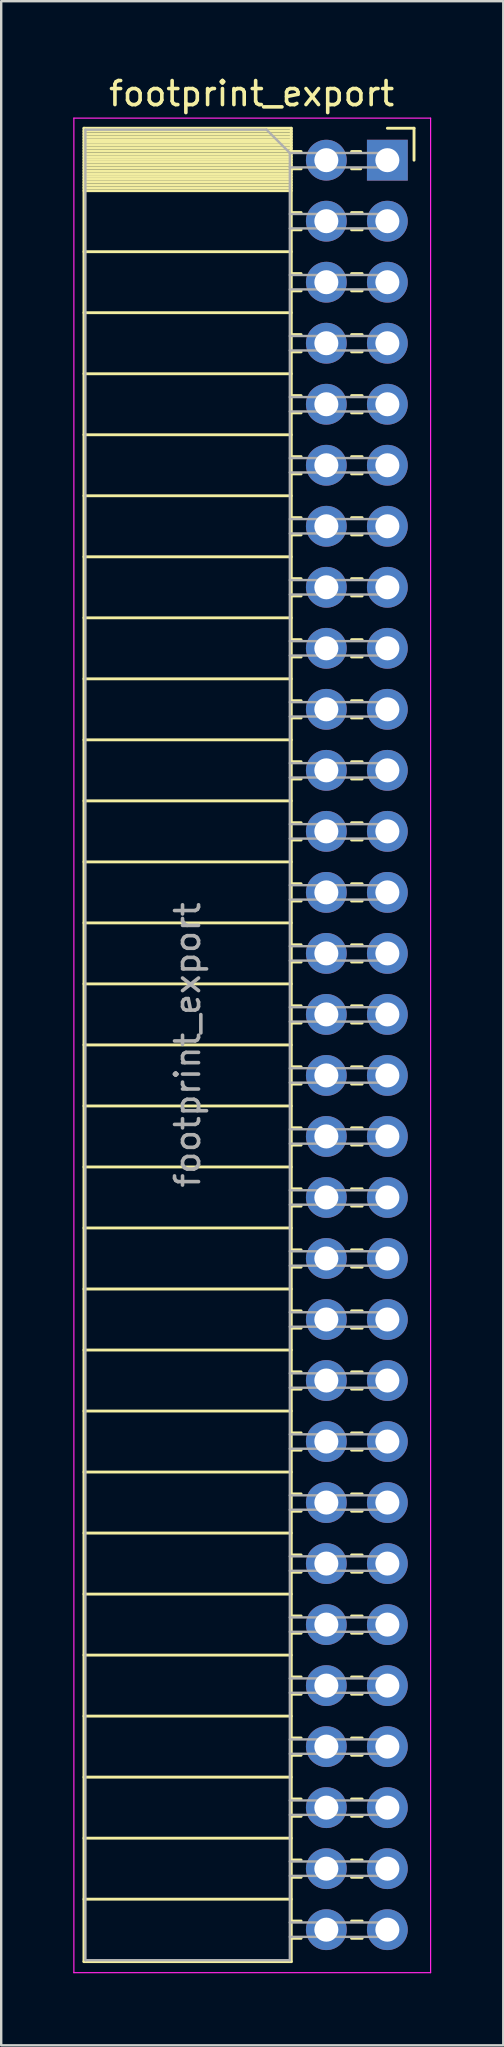
<source format=kicad_pcb>
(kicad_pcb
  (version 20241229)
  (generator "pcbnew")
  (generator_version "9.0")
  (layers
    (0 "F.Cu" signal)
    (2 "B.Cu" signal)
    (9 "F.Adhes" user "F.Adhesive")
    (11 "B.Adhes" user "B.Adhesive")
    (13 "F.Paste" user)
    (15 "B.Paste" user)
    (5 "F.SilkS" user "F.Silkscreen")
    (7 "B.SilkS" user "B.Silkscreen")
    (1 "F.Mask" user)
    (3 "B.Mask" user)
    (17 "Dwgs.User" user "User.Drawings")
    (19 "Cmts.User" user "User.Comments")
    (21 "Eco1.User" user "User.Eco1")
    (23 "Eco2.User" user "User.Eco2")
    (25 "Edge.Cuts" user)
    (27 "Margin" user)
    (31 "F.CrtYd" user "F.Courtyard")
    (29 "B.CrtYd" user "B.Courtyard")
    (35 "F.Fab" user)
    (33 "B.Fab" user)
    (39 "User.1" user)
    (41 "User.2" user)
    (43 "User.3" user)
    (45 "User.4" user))
  (footprint "footprint_export"
    (layer "F.Cu")
    (at 13.075 3.618)
    (property "Reference" "footprint_export" (at -5.65 -2.77 0) (layer "F.SilkS") (effects (font (size 1 1) (thickness 0.15))))
    (attr through_hole)
    (fp_line (start -12.63 -1.33) (end -12.63 74.99) (stroke (width 0.12) (type solid)) (layer "F.SilkS"))
    (fp_line (start -12.63 -1.33) (end -4 -1.33) (stroke (width 0.12) (type solid)) (layer "F.SilkS"))
    (fp_line (start -12.63 -1.21) (end -4 -1.21) (stroke (width 0.12) (type solid)) (layer "F.SilkS"))
    (fp_line (start -12.63 -1.092) (end -4 -1.092) (stroke (width 0.12) (type solid)) (layer "F.SilkS"))
    (fp_line (start -12.63 -0.974) (end -4 -0.974) (stroke (width 0.12) (type solid)) (layer "F.SilkS"))
    (fp_line (start -12.63 -0.856) (end -4 -0.856) (stroke (width 0.12) (type solid)) (layer "F.SilkS"))
    (fp_line (start -12.63 -0.738) (end -4 -0.738) (stroke (width 0.12) (type solid)) (layer "F.SilkS"))
    (fp_line (start -12.63 -0.62) (end -4 -0.62) (stroke (width 0.12) (type solid)) (layer "F.SilkS"))
    (fp_line (start -12.63 -0.501) (end -4 -0.501) (stroke (width 0.12) (type solid)) (layer "F.SilkS"))
    (fp_line (start -12.63 -0.383) (end -4 -0.383) (stroke (width 0.12) (type solid)) (layer "F.SilkS"))
    (fp_line (start -12.63 -0.265) (end -4 -0.265) (stroke (width 0.12) (type solid)) (layer "F.SilkS"))
    (fp_line (start -12.63 -0.147) (end -4 -0.147) (stroke (width 0.12) (type solid)) (layer "F.SilkS"))
    (fp_line (start -12.63 -0.029) (end -4 -0.029) (stroke (width 0.12) (type solid)) (layer "F.SilkS"))
    (fp_line (start -12.63 0.089) (end -4 0.089) (stroke (width 0.12) (type solid)) (layer "F.SilkS"))
    (fp_line (start -12.63 0.207) (end -4 0.207) (stroke (width 0.12) (type solid)) (layer "F.SilkS"))
    (fp_line (start -12.63 0.325) (end -4 0.325) (stroke (width 0.12) (type solid)) (layer "F.SilkS"))
    (fp_line (start -12.63 0.443) (end -4 0.443) (stroke (width 0.12) (type solid)) (layer "F.SilkS"))
    (fp_line (start -12.63 0.561) (end -4 0.561) (stroke (width 0.12) (type solid)) (layer "F.SilkS"))
    (fp_line (start -12.63 0.68) (end -4 0.68) (stroke (width 0.12) (type solid)) (layer "F.SilkS"))
    (fp_line (start -12.63 0.798) (end -4 0.798) (stroke (width 0.12) (type solid)) (layer "F.SilkS"))
    (fp_line (start -12.63 0.916) (end -4 0.916) (stroke (width 0.12) (type solid)) (layer "F.SilkS"))
    (fp_line (start -12.63 1.034) (end -4 1.034) (stroke (width 0.12) (type solid)) (layer "F.SilkS"))
    (fp_line (start -12.63 1.152) (end -4 1.152) (stroke (width 0.12) (type solid)) (layer "F.SilkS"))
    (fp_line (start -12.63 1.27) (end -4 1.27) (stroke (width 0.12) (type solid)) (layer "F.SilkS"))
    (fp_line (start -12.63 3.81) (end -4 3.81) (stroke (width 0.12) (type solid)) (layer "F.SilkS"))
    (fp_line (start -12.63 6.35) (end -4 6.35) (stroke (width 0.12) (type solid)) (layer "F.SilkS"))
    (fp_line (start -12.63 8.89) (end -4 8.89) (stroke (width 0.12) (type solid)) (layer "F.SilkS"))
    (fp_line (start -12.63 11.43) (end -4 11.43) (stroke (width 0.12) (type solid)) (layer "F.SilkS"))
    (fp_line (start -12.63 13.97) (end -4 13.97) (stroke (width 0.12) (type solid)) (layer "F.SilkS"))
    (fp_line (start -12.63 16.51) (end -4 16.51) (stroke (width 0.12) (type solid)) (layer "F.SilkS"))
    (fp_line (start -12.63 19.05) (end -4 19.05) (stroke (width 0.12) (type solid)) (layer "F.SilkS"))
    (fp_line (start -12.63 21.59) (end -4 21.59) (stroke (width 0.12) (type solid)) (layer "F.SilkS"))
    (fp_line (start -12.63 24.13) (end -4 24.13) (stroke (width 0.12) (type solid)) (layer "F.SilkS"))
    (fp_line (start -12.63 26.67) (end -4 26.67) (stroke (width 0.12) (type solid)) (layer "F.SilkS"))
    (fp_line (start -12.63 29.21) (end -4 29.21) (stroke (width 0.12) (type solid)) (layer "F.SilkS"))
    (fp_line (start -12.63 31.75) (end -4 31.75) (stroke (width 0.12) (type solid)) (layer "F.SilkS"))
    (fp_line (start -12.63 34.29) (end -4 34.29) (stroke (width 0.12) (type solid)) (layer "F.SilkS"))
    (fp_line (start -12.63 36.83) (end -4 36.83) (stroke (width 0.12) (type solid)) (layer "F.SilkS"))
    (fp_line (start -12.63 39.37) (end -4 39.37) (stroke (width 0.12) (type solid)) (layer "F.SilkS"))
    (fp_line (start -12.63 41.91) (end -4 41.91) (stroke (width 0.12) (type solid)) (layer "F.SilkS"))
    (fp_line (start -12.63 44.45) (end -4 44.45) (stroke (width 0.12) (type solid)) (layer "F.SilkS"))
    (fp_line (start -12.63 46.99) (end -4 46.99) (stroke (width 0.12) (type solid)) (layer "F.SilkS"))
    (fp_line (start -12.63 49.53) (end -4 49.53) (stroke (width 0.12) (type solid)) (layer "F.SilkS"))
    (fp_line (start -12.63 52.07) (end -4 52.07) (stroke (width 0.12) (type solid)) (layer "F.SilkS"))
    (fp_line (start -12.63 54.61) (end -4 54.61) (stroke (width 0.12) (type solid)) (layer "F.SilkS"))
    (fp_line (start -12.63 57.15) (end -4 57.15) (stroke (width 0.12) (type solid)) (layer "F.SilkS"))
    (fp_line (start -12.63 59.69) (end -4 59.69) (stroke (width 0.12) (type solid)) (layer "F.SilkS"))
    (fp_line (start -12.63 62.23) (end -4 62.23) (stroke (width 0.12) (type solid)) (layer "F.SilkS"))
    (fp_line (start -12.63 64.77) (end -4 64.77) (stroke (width 0.12) (type solid)) (layer "F.SilkS"))
    (fp_line (start -12.63 67.31) (end -4 67.31) (stroke (width 0.12) (type solid)) (layer "F.SilkS"))
    (fp_line (start -12.63 69.85) (end -4 69.85) (stroke (width 0.12) (type solid)) (layer "F.SilkS"))
    (fp_line (start -12.63 72.39) (end -4 72.39) (stroke (width 0.12) (type solid)) (layer "F.SilkS"))
    (fp_line (start -12.63 74.99) (end -4 74.99) (stroke (width 0.12) (type solid)) (layer "F.SilkS"))
    (fp_line (start -4 -1.33) (end -4 74.99) (stroke (width 0.12) (type solid)) (layer "F.SilkS"))
    (fp_line (start -4 -0.36) (end -3.59 -0.36) (stroke (width 0.12) (type solid)) (layer "F.SilkS"))
    (fp_line (start -4 0.36) (end -3.59 0.36) (stroke (width 0.12) (type solid)) (layer "F.SilkS"))
    (fp_line (start -4 2.18) (end -3.59 2.18) (stroke (width 0.12) (type solid)) (layer "F.SilkS"))
    (fp_line (start -4 2.9) (end -3.59 2.9) (stroke (width 0.12) (type solid)) (layer "F.SilkS"))
    (fp_line (start -4 4.72) (end -3.59 4.72) (stroke (width 0.12) (type solid)) (layer "F.SilkS"))
    (fp_line (start -4 5.44) (end -3.59 5.44) (stroke (width 0.12) (type solid)) (layer "F.SilkS"))
    (fp_line (start -4 7.26) (end -3.59 7.26) (stroke (width 0.12) (type solid)) (layer "F.SilkS"))
    (fp_line (start -4 7.98) (end -3.59 7.98) (stroke (width 0.12) (type solid)) (layer "F.SilkS"))
    (fp_line (start -4 9.8) (end -3.59 9.8) (stroke (width 0.12) (type solid)) (layer "F.SilkS"))
    (fp_line (start -4 10.52) (end -3.59 10.52) (stroke (width 0.12) (type solid)) (layer "F.SilkS"))
    (fp_line (start -4 12.34) (end -3.59 12.34) (stroke (width 0.12) (type solid)) (layer "F.SilkS"))
    (fp_line (start -4 13.06) (end -3.59 13.06) (stroke (width 0.12) (type solid)) (layer "F.SilkS"))
    (fp_line (start -4 14.88) (end -3.59 14.88) (stroke (width 0.12) (type solid)) (layer "F.SilkS"))
    (fp_line (start -4 15.6) (end -3.59 15.6) (stroke (width 0.12) (type solid)) (layer "F.SilkS"))
    (fp_line (start -4 17.42) (end -3.59 17.42) (stroke (width 0.12) (type solid)) (layer "F.SilkS"))
    (fp_line (start -4 18.14) (end -3.59 18.14) (stroke (width 0.12) (type solid)) (layer "F.SilkS"))
    (fp_line (start -4 19.96) (end -3.59 19.96) (stroke (width 0.12) (type solid)) (layer "F.SilkS"))
    (fp_line (start -4 20.68) (end -3.59 20.68) (stroke (width 0.12) (type solid)) (layer "F.SilkS"))
    (fp_line (start -4 22.5) (end -3.59 22.5) (stroke (width 0.12) (type solid)) (layer "F.SilkS"))
    (fp_line (start -4 23.22) (end -3.59 23.22) (stroke (width 0.12) (type solid)) (layer "F.SilkS"))
    (fp_line (start -4 25.04) (end -3.59 25.04) (stroke (width 0.12) (type solid)) (layer "F.SilkS"))
    (fp_line (start -4 25.76) (end -3.59 25.76) (stroke (width 0.12) (type solid)) (layer "F.SilkS"))
    (fp_line (start -4 27.58) (end -3.59 27.58) (stroke (width 0.12) (type solid)) (layer "F.SilkS"))
    (fp_line (start -4 28.3) (end -3.59 28.3) (stroke (width 0.12) (type solid)) (layer "F.SilkS"))
    (fp_line (start -4 30.12) (end -3.59 30.12) (stroke (width 0.12) (type solid)) (layer "F.SilkS"))
    (fp_line (start -4 30.84) (end -3.59 30.84) (stroke (width 0.12) (type solid)) (layer "F.SilkS"))
    (fp_line (start -4 32.66) (end -3.59 32.66) (stroke (width 0.12) (type solid)) (layer "F.SilkS"))
    (fp_line (start -4 33.38) (end -3.59 33.38) (stroke (width 0.12) (type solid)) (layer "F.SilkS"))
    (fp_line (start -4 35.2) (end -3.59 35.2) (stroke (width 0.12) (type solid)) (layer "F.SilkS"))
    (fp_line (start -4 35.92) (end -3.59 35.92) (stroke (width 0.12) (type solid)) (layer "F.SilkS"))
    (fp_line (start -4 37.74) (end -3.59 37.74) (stroke (width 0.12) (type solid)) (layer "F.SilkS"))
    (fp_line (start -4 38.46) (end -3.59 38.46) (stroke (width 0.12) (type solid)) (layer "F.SilkS"))
    (fp_line (start -4 40.28) (end -3.59 40.28) (stroke (width 0.12) (type solid)) (layer "F.SilkS"))
    (fp_line (start -4 41) (end -3.59 41) (stroke (width 0.12) (type solid)) (layer "F.SilkS"))
    (fp_line (start -4 42.82) (end -3.59 42.82) (stroke (width 0.12) (type solid)) (layer "F.SilkS"))
    (fp_line (start -4 43.54) (end -3.59 43.54) (stroke (width 0.12) (type solid)) (layer "F.SilkS"))
    (fp_line (start -4 45.36) (end -3.59 45.36) (stroke (width 0.12) (type solid)) (layer "F.SilkS"))
    (fp_line (start -4 46.08) (end -3.59 46.08) (stroke (width 0.12) (type solid)) (layer "F.SilkS"))
    (fp_line (start -4 47.9) (end -3.59 47.9) (stroke (width 0.12) (type solid)) (layer "F.SilkS"))
    (fp_line (start -4 48.62) (end -3.59 48.62) (stroke (width 0.12) (type solid)) (layer "F.SilkS"))
    (fp_line (start -4 50.44) (end -3.59 50.44) (stroke (width 0.12) (type solid)) (layer "F.SilkS"))
    (fp_line (start -4 51.16) (end -3.59 51.16) (stroke (width 0.12) (type solid)) (layer "F.SilkS"))
    (fp_line (start -4 52.98) (end -3.59 52.98) (stroke (width 0.12) (type solid)) (layer "F.SilkS"))
    (fp_line (start -4 53.7) (end -3.59 53.7) (stroke (width 0.12) (type solid)) (layer "F.SilkS"))
    (fp_line (start -4 55.52) (end -3.59 55.52) (stroke (width 0.12) (type solid)) (layer "F.SilkS"))
    (fp_line (start -4 56.24) (end -3.59 56.24) (stroke (width 0.12) (type solid)) (layer "F.SilkS"))
    (fp_line (start -4 58.06) (end -3.59 58.06) (stroke (width 0.12) (type solid)) (layer "F.SilkS"))
    (fp_line (start -4 58.78) (end -3.59 58.78) (stroke (width 0.12) (type solid)) (layer "F.SilkS"))
    (fp_line (start -4 60.6) (end -3.59 60.6) (stroke (width 0.12) (type solid)) (layer "F.SilkS"))
    (fp_line (start -4 61.32) (end -3.59 61.32) (stroke (width 0.12) (type solid)) (layer "F.SilkS"))
    (fp_line (start -4 63.14) (end -3.59 63.14) (stroke (width 0.12) (type solid)) (layer "F.SilkS"))
    (fp_line (start -4 63.86) (end -3.59 63.86) (stroke (width 0.12) (type solid)) (layer "F.SilkS"))
    (fp_line (start -4 65.68) (end -3.59 65.68) (stroke (width 0.12) (type solid)) (layer "F.SilkS"))
    (fp_line (start -4 66.4) (end -3.59 66.4) (stroke (width 0.12) (type solid)) (layer "F.SilkS"))
    (fp_line (start -4 68.22) (end -3.59 68.22) (stroke (width 0.12) (type solid)) (layer "F.SilkS"))
    (fp_line (start -4 68.94) (end -3.59 68.94) (stroke (width 0.12) (type solid)) (layer "F.SilkS"))
    (fp_line (start -4 70.76) (end -3.59 70.76) (stroke (width 0.12) (type solid)) (layer "F.SilkS"))
    (fp_line (start -4 71.48) (end -3.59 71.48) (stroke (width 0.12) (type solid)) (layer "F.SilkS"))
    (fp_line (start -4 73.3) (end -3.59 73.3) (stroke (width 0.12) (type solid)) (layer "F.SilkS"))
    (fp_line (start -4 74.02) (end -3.59 74.02) (stroke (width 0.12) (type solid)) (layer "F.SilkS"))
    (fp_line (start -1.49 -0.36) (end -1.11 -0.36) (stroke (width 0.12) (type solid)) (layer "F.SilkS"))
    (fp_line (start -1.49 0.36) (end -1.11 0.36) (stroke (width 0.12) (type solid)) (layer "F.SilkS"))
    (fp_line (start -1.49 2.18) (end -1.05 2.18) (stroke (width 0.12) (type solid)) (layer "F.SilkS"))
    (fp_line (start -1.49 2.9) (end -1.05 2.9) (stroke (width 0.12) (type solid)) (layer "F.SilkS"))
    (fp_line (start -1.49 4.72) (end -1.05 4.72) (stroke (width 0.12) (type solid)) (layer "F.SilkS"))
    (fp_line (start -1.49 5.44) (end -1.05 5.44) (stroke (width 0.12) (type solid)) (layer "F.SilkS"))
    (fp_line (start -1.49 7.26) (end -1.05 7.26) (stroke (width 0.12) (type solid)) (layer "F.SilkS"))
    (fp_line (start -1.49 7.98) (end -1.05 7.98) (stroke (width 0.12) (type solid)) (layer "F.SilkS"))
    (fp_line (start -1.49 9.8) (end -1.05 9.8) (stroke (width 0.12) (type solid)) (layer "F.SilkS"))
    (fp_line (start -1.49 10.52) (end -1.05 10.52) (stroke (width 0.12) (type solid)) (layer "F.SilkS"))
    (fp_line (start -1.49 12.34) (end -1.05 12.34) (stroke (width 0.12) (type solid)) (layer "F.SilkS"))
    (fp_line (start -1.49 13.06) (end -1.05 13.06) (stroke (width 0.12) (type solid)) (layer "F.SilkS"))
    (fp_line (start -1.49 14.88) (end -1.05 14.88) (stroke (width 0.12) (type solid)) (layer "F.SilkS"))
    (fp_line (start -1.49 15.6) (end -1.05 15.6) (stroke (width 0.12) (type solid)) (layer "F.SilkS"))
    (fp_line (start -1.49 17.42) (end -1.05 17.42) (stroke (width 0.12) (type solid)) (layer "F.SilkS"))
    (fp_line (start -1.49 18.14) (end -1.05 18.14) (stroke (width 0.12) (type solid)) (layer "F.SilkS"))
    (fp_line (start -1.49 19.96) (end -1.05 19.96) (stroke (width 0.12) (type solid)) (layer "F.SilkS"))
    (fp_line (start -1.49 20.68) (end -1.05 20.68) (stroke (width 0.12) (type solid)) (layer "F.SilkS"))
    (fp_line (start -1.49 22.5) (end -1.05 22.5) (stroke (width 0.12) (type solid)) (layer "F.SilkS"))
    (fp_line (start -1.49 23.22) (end -1.05 23.22) (stroke (width 0.12) (type solid)) (layer "F.SilkS"))
    (fp_line (start -1.49 25.04) (end -1.05 25.04) (stroke (width 0.12) (type solid)) (layer "F.SilkS"))
    (fp_line (start -1.49 25.76) (end -1.05 25.76) (stroke (width 0.12) (type solid)) (layer "F.SilkS"))
    (fp_line (start -1.49 27.58) (end -1.05 27.58) (stroke (width 0.12) (type solid)) (layer "F.SilkS"))
    (fp_line (start -1.49 28.3) (end -1.05 28.3) (stroke (width 0.12) (type solid)) (layer "F.SilkS"))
    (fp_line (start -1.49 30.12) (end -1.05 30.12) (stroke (width 0.12) (type solid)) (layer "F.SilkS"))
    (fp_line (start -1.49 30.84) (end -1.05 30.84) (stroke (width 0.12) (type solid)) (layer "F.SilkS"))
    (fp_line (start -1.49 32.66) (end -1.05 32.66) (stroke (width 0.12) (type solid)) (layer "F.SilkS"))
    (fp_line (start -1.49 33.38) (end -1.05 33.38) (stroke (width 0.12) (type solid)) (layer "F.SilkS"))
    (fp_line (start -1.49 35.2) (end -1.05 35.2) (stroke (width 0.12) (type solid)) (layer "F.SilkS"))
    (fp_line (start -1.49 35.92) (end -1.05 35.92) (stroke (width 0.12) (type solid)) (layer "F.SilkS"))
    (fp_line (start -1.49 37.74) (end -1.05 37.74) (stroke (width 0.12) (type solid)) (layer "F.SilkS"))
    (fp_line (start -1.49 38.46) (end -1.05 38.46) (stroke (width 0.12) (type solid)) (layer "F.SilkS"))
    (fp_line (start -1.49 40.28) (end -1.05 40.28) (stroke (width 0.12) (type solid)) (layer "F.SilkS"))
    (fp_line (start -1.49 41) (end -1.05 41) (stroke (width 0.12) (type solid)) (layer "F.SilkS"))
    (fp_line (start -1.49 42.82) (end -1.05 42.82) (stroke (width 0.12) (type solid)) (layer "F.SilkS"))
    (fp_line (start -1.49 43.54) (end -1.05 43.54) (stroke (width 0.12) (type solid)) (layer "F.SilkS"))
    (fp_line (start -1.49 45.36) (end -1.05 45.36) (stroke (width 0.12) (type solid)) (layer "F.SilkS"))
    (fp_line (start -1.49 46.08) (end -1.05 46.08) (stroke (width 0.12) (type solid)) (layer "F.SilkS"))
    (fp_line (start -1.49 47.9) (end -1.05 47.9) (stroke (width 0.12) (type solid)) (layer "F.SilkS"))
    (fp_line (start -1.49 48.62) (end -1.05 48.62) (stroke (width 0.12) (type solid)) (layer "F.SilkS"))
    (fp_line (start -1.49 50.44) (end -1.05 50.44) (stroke (width 0.12) (type solid)) (layer "F.SilkS"))
    (fp_line (start -1.49 51.16) (end -1.05 51.16) (stroke (width 0.12) (type solid)) (layer "F.SilkS"))
    (fp_line (start -1.49 52.98) (end -1.05 52.98) (stroke (width 0.12) (type solid)) (layer "F.SilkS"))
    (fp_line (start -1.49 53.7) (end -1.05 53.7) (stroke (width 0.12) (type solid)) (layer "F.SilkS"))
    (fp_line (start -1.49 55.52) (end -1.05 55.52) (stroke (width 0.12) (type solid)) (layer "F.SilkS"))
    (fp_line (start -1.49 56.24) (end -1.05 56.24) (stroke (width 0.12) (type solid)) (layer "F.SilkS"))
    (fp_line (start -1.49 58.06) (end -1.05 58.06) (stroke (width 0.12) (type solid)) (layer "F.SilkS"))
    (fp_line (start -1.49 58.78) (end -1.05 58.78) (stroke (width 0.12) (type solid)) (layer "F.SilkS"))
    (fp_line (start -1.49 60.6) (end -1.05 60.6) (stroke (width 0.12) (type solid)) (layer "F.SilkS"))
    (fp_line (start -1.49 61.32) (end -1.05 61.32) (stroke (width 0.12) (type solid)) (layer "F.SilkS"))
    (fp_line (start -1.49 63.14) (end -1.05 63.14) (stroke (width 0.12) (type solid)) (layer "F.SilkS"))
    (fp_line (start -1.49 63.86) (end -1.05 63.86) (stroke (width 0.12) (type solid)) (layer "F.SilkS"))
    (fp_line (start -1.49 65.68) (end -1.05 65.68) (stroke (width 0.12) (type solid)) (layer "F.SilkS"))
    (fp_line (start -1.49 66.4) (end -1.05 66.4) (stroke (width 0.12) (type solid)) (layer "F.SilkS"))
    (fp_line (start -1.49 68.22) (end -1.05 68.22) (stroke (width 0.12) (type solid)) (layer "F.SilkS"))
    (fp_line (start -1.49 68.94) (end -1.05 68.94) (stroke (width 0.12) (type solid)) (layer "F.SilkS"))
    (fp_line (start -1.49 70.76) (end -1.05 70.76) (stroke (width 0.12) (type solid)) (layer "F.SilkS"))
    (fp_line (start -1.49 71.48) (end -1.05 71.48) (stroke (width 0.12) (type solid)) (layer "F.SilkS"))
    (fp_line (start -1.49 73.3) (end -1.05 73.3) (stroke (width 0.12) (type solid)) (layer "F.SilkS"))
    (fp_line (start -1.49 74.02) (end -1.05 74.02) (stroke (width 0.12) (type solid)) (layer "F.SilkS"))
    (fp_line (start 0 -1.33) (end 1.11 -1.33) (stroke (width 0.12) (type solid)) (layer "F.SilkS"))
    (fp_line (start 1.11 -1.33) (end 1.11 0) (stroke (width 0.12) (type solid)) (layer "F.SilkS"))
    (fp_line (start -13.05 -1.75) (end -13.05 75.45) (stroke (width 0.05) (type solid)) (layer "F.CrtYd"))
    (fp_line (start -13.05 75.45) (end 1.8 75.45) (stroke (width 0.05) (type solid)) (layer "F.CrtYd"))
    (fp_line (start 1.8 -1.75) (end -13.05 -1.75) (stroke (width 0.05) (type solid)) (layer "F.CrtYd"))
    (fp_line (start 1.8 75.45) (end 1.8 -1.75) (stroke (width 0.05) (type solid)) (layer "F.CrtYd"))
    (fp_line (start -12.57 -1.27) (end -5.03 -1.27) (stroke (width 0.1) (type solid)) (layer "F.Fab"))
    (fp_line (start -12.57 74.93) (end -12.57 -1.27) (stroke (width 0.1) (type solid)) (layer "F.Fab"))
    (fp_line (start -5.03 -1.27) (end -4.06 -0.3) (stroke (width 0.1) (type solid)) (layer "F.Fab"))
    (fp_line (start -4.06 -0.3) (end -4.06 74.93) (stroke (width 0.1) (type solid)) (layer "F.Fab"))
    (fp_line (start -4.06 0.3) (end 0 0.3) (stroke (width 0.1) (type solid)) (layer "F.Fab"))
    (fp_line (start -4.06 2.84) (end 0 2.84) (stroke (width 0.1) (type solid)) (layer "F.Fab"))
    (fp_line (start -4.06 5.38) (end 0 5.38) (stroke (width 0.1) (type solid)) (layer "F.Fab"))
    (fp_line (start -4.06 7.92) (end 0 7.92) (stroke (width 0.1) (type solid)) (layer "F.Fab"))
    (fp_line (start -4.06 10.46) (end 0 10.46) (stroke (width 0.1) (type solid)) (layer "F.Fab"))
    (fp_line (start -4.06 13) (end 0 13) (stroke (width 0.1) (type solid)) (layer "F.Fab"))
    (fp_line (start -4.06 15.54) (end 0 15.54) (stroke (width 0.1) (type solid)) (layer "F.Fab"))
    (fp_line (start -4.06 18.08) (end 0 18.08) (stroke (width 0.1) (type solid)) (layer "F.Fab"))
    (fp_line (start -4.06 20.62) (end 0 20.62) (stroke (width 0.1) (type solid)) (layer "F.Fab"))
    (fp_line (start -4.06 23.16) (end 0 23.16) (stroke (width 0.1) (type solid)) (layer "F.Fab"))
    (fp_line (start -4.06 25.7) (end 0 25.7) (stroke (width 0.1) (type solid)) (layer "F.Fab"))
    (fp_line (start -4.06 28.24) (end 0 28.24) (stroke (width 0.1) (type solid)) (layer "F.Fab"))
    (fp_line (start -4.06 30.78) (end 0 30.78) (stroke (width 0.1) (type solid)) (layer "F.Fab"))
    (fp_line (start -4.06 33.32) (end 0 33.32) (stroke (width 0.1) (type solid)) (layer "F.Fab"))
    (fp_line (start -4.06 35.86) (end 0 35.86) (stroke (width 0.1) (type solid)) (layer "F.Fab"))
    (fp_line (start -4.06 38.4) (end 0 38.4) (stroke (width 0.1) (type solid)) (layer "F.Fab"))
    (fp_line (start -4.06 40.94) (end 0 40.94) (stroke (width 0.1) (type solid)) (layer "F.Fab"))
    (fp_line (start -4.06 43.48) (end 0 43.48) (stroke (width 0.1) (type solid)) (layer "F.Fab"))
    (fp_line (start -4.06 46.02) (end 0 46.02) (stroke (width 0.1) (type solid)) (layer "F.Fab"))
    (fp_line (start -4.06 48.56) (end 0 48.56) (stroke (width 0.1) (type solid)) (layer "F.Fab"))
    (fp_line (start -4.06 51.1) (end 0 51.1) (stroke (width 0.1) (type solid)) (layer "F.Fab"))
    (fp_line (start -4.06 53.64) (end 0 53.64) (stroke (width 0.1) (type solid)) (layer "F.Fab"))
    (fp_line (start -4.06 56.18) (end 0 56.18) (stroke (width 0.1) (type solid)) (layer "F.Fab"))
    (fp_line (start -4.06 58.72) (end 0 58.72) (stroke (width 0.1) (type solid)) (layer "F.Fab"))
    (fp_line (start -4.06 61.26) (end 0 61.26) (stroke (width 0.1) (type solid)) (layer "F.Fab"))
    (fp_line (start -4.06 63.8) (end 0 63.8) (stroke (width 0.1) (type solid)) (layer "F.Fab"))
    (fp_line (start -4.06 66.34) (end 0 66.34) (stroke (width 0.1) (type solid)) (layer "F.Fab"))
    (fp_line (start -4.06 68.88) (end 0 68.88) (stroke (width 0.1) (type solid)) (layer "F.Fab"))
    (fp_line (start -4.06 71.42) (end 0 71.42) (stroke (width 0.1) (type solid)) (layer "F.Fab"))
    (fp_line (start -4.06 73.96) (end 0 73.96) (stroke (width 0.1) (type solid)) (layer "F.Fab"))
    (fp_line (start -4.06 74.93) (end -12.57 74.93) (stroke (width 0.1) (type solid)) (layer "F.Fab"))
    (fp_line (start 0 -0.3) (end -4.06 -0.3) (stroke (width 0.1) (type solid)) (layer "F.Fab"))
    (fp_line (start 0 0.3) (end 0 -0.3) (stroke (width 0.1) (type solid)) (layer "F.Fab"))
    (fp_line (start 0 2.24) (end -4.06 2.24) (stroke (width 0.1) (type solid)) (layer "F.Fab"))
    (fp_line (start 0 2.84) (end 0 2.24) (stroke (width 0.1) (type solid)) (layer "F.Fab"))
    (fp_line (start 0 4.78) (end -4.06 4.78) (stroke (width 0.1) (type solid)) (layer "F.Fab"))
    (fp_line (start 0 5.38) (end 0 4.78) (stroke (width 0.1) (type solid)) (layer "F.Fab"))
    (fp_line (start 0 7.32) (end -4.06 7.32) (stroke (width 0.1) (type solid)) (layer "F.Fab"))
    (fp_line (start 0 7.92) (end 0 7.32) (stroke (width 0.1) (type solid)) (layer "F.Fab"))
    (fp_line (start 0 9.86) (end -4.06 9.86) (stroke (width 0.1) (type solid)) (layer "F.Fab"))
    (fp_line (start 0 10.46) (end 0 9.86) (stroke (width 0.1) (type solid)) (layer "F.Fab"))
    (fp_line (start 0 12.4) (end -4.06 12.4) (stroke (width 0.1) (type solid)) (layer "F.Fab"))
    (fp_line (start 0 13) (end 0 12.4) (stroke (width 0.1) (type solid)) (layer "F.Fab"))
    (fp_line (start 0 14.94) (end -4.06 14.94) (stroke (width 0.1) (type solid)) (layer "F.Fab"))
    (fp_line (start 0 15.54) (end 0 14.94) (stroke (width 0.1) (type solid)) (layer "F.Fab"))
    (fp_line (start 0 17.48) (end -4.06 17.48) (stroke (width 0.1) (type solid)) (layer "F.Fab"))
    (fp_line (start 0 18.08) (end 0 17.48) (stroke (width 0.1) (type solid)) (layer "F.Fab"))
    (fp_line (start 0 20.02) (end -4.06 20.02) (stroke (width 0.1) (type solid)) (layer "F.Fab"))
    (fp_line (start 0 20.62) (end 0 20.02) (stroke (width 0.1) (type solid)) (layer "F.Fab"))
    (fp_line (start 0 22.56) (end -4.06 22.56) (stroke (width 0.1) (type solid)) (layer "F.Fab"))
    (fp_line (start 0 23.16) (end 0 22.56) (stroke (width 0.1) (type solid)) (layer "F.Fab"))
    (fp_line (start 0 25.1) (end -4.06 25.1) (stroke (width 0.1) (type solid)) (layer "F.Fab"))
    (fp_line (start 0 25.7) (end 0 25.1) (stroke (width 0.1) (type solid)) (layer "F.Fab"))
    (fp_line (start 0 27.64) (end -4.06 27.64) (stroke (width 0.1) (type solid)) (layer "F.Fab"))
    (fp_line (start 0 28.24) (end 0 27.64) (stroke (width 0.1) (type solid)) (layer "F.Fab"))
    (fp_line (start 0 30.18) (end -4.06 30.18) (stroke (width 0.1) (type solid)) (layer "F.Fab"))
    (fp_line (start 0 30.78) (end 0 30.18) (stroke (width 0.1) (type solid)) (layer "F.Fab"))
    (fp_line (start 0 32.72) (end -4.06 32.72) (stroke (width 0.1) (type solid)) (layer "F.Fab"))
    (fp_line (start 0 33.32) (end 0 32.72) (stroke (width 0.1) (type solid)) (layer "F.Fab"))
    (fp_line (start 0 35.26) (end -4.06 35.26) (stroke (width 0.1) (type solid)) (layer "F.Fab"))
    (fp_line (start 0 35.86) (end 0 35.26) (stroke (width 0.1) (type solid)) (layer "F.Fab"))
    (fp_line (start 0 37.8) (end -4.06 37.8) (stroke (width 0.1) (type solid)) (layer "F.Fab"))
    (fp_line (start 0 38.4) (end 0 37.8) (stroke (width 0.1) (type solid)) (layer "F.Fab"))
    (fp_line (start 0 40.34) (end -4.06 40.34) (stroke (width 0.1) (type solid)) (layer "F.Fab"))
    (fp_line (start 0 40.94) (end 0 40.34) (stroke (width 0.1) (type solid)) (layer "F.Fab"))
    (fp_line (start 0 42.88) (end -4.06 42.88) (stroke (width 0.1) (type solid)) (layer "F.Fab"))
    (fp_line (start 0 43.48) (end 0 42.88) (stroke (width 0.1) (type solid)) (layer "F.Fab"))
    (fp_line (start 0 45.42) (end -4.06 45.42) (stroke (width 0.1) (type solid)) (layer "F.Fab"))
    (fp_line (start 0 46.02) (end 0 45.42) (stroke (width 0.1) (type solid)) (layer "F.Fab"))
    (fp_line (start 0 47.96) (end -4.06 47.96) (stroke (width 0.1) (type solid)) (layer "F.Fab"))
    (fp_line (start 0 48.56) (end 0 47.96) (stroke (width 0.1) (type solid)) (layer "F.Fab"))
    (fp_line (start 0 50.5) (end -4.06 50.5) (stroke (width 0.1) (type solid)) (layer "F.Fab"))
    (fp_line (start 0 51.1) (end 0 50.5) (stroke (width 0.1) (type solid)) (layer "F.Fab"))
    (fp_line (start 0 53.04) (end -4.06 53.04) (stroke (width 0.1) (type solid)) (layer "F.Fab"))
    (fp_line (start 0 53.64) (end 0 53.04) (stroke (width 0.1) (type solid)) (layer "F.Fab"))
    (fp_line (start 0 55.58) (end -4.06 55.58) (stroke (width 0.1) (type solid)) (layer "F.Fab"))
    (fp_line (start 0 56.18) (end 0 55.58) (stroke (width 0.1) (type solid)) (layer "F.Fab"))
    (fp_line (start 0 58.12) (end -4.06 58.12) (stroke (width 0.1) (type solid)) (layer "F.Fab"))
    (fp_line (start 0 58.72) (end 0 58.12) (stroke (width 0.1) (type solid)) (layer "F.Fab"))
    (fp_line (start 0 60.66) (end -4.06 60.66) (stroke (width 0.1) (type solid)) (layer "F.Fab"))
    (fp_line (start 0 61.26) (end 0 60.66) (stroke (width 0.1) (type solid)) (layer "F.Fab"))
    (fp_line (start 0 63.2) (end -4.06 63.2) (stroke (width 0.1) (type solid)) (layer "F.Fab"))
    (fp_line (start 0 63.8) (end 0 63.2) (stroke (width 0.1) (type solid)) (layer "F.Fab"))
    (fp_line (start 0 65.74) (end -4.06 65.74) (stroke (width 0.1) (type solid)) (layer "F.Fab"))
    (fp_line (start 0 66.34) (end 0 65.74) (stroke (width 0.1) (type solid)) (layer "F.Fab"))
    (fp_line (start 0 68.28) (end -4.06 68.28) (stroke (width 0.1) (type solid)) (layer "F.Fab"))
    (fp_line (start 0 68.88) (end 0 68.28) (stroke (width 0.1) (type solid)) (layer "F.Fab"))
    (fp_line (start 0 70.82) (end -4.06 70.82) (stroke (width 0.1) (type solid)) (layer "F.Fab"))
    (fp_line (start 0 71.42) (end 0 70.82) (stroke (width 0.1) (type solid)) (layer "F.Fab"))
    (fp_line (start 0 73.36) (end -4.06 73.36) (stroke (width 0.1) (type solid)) (layer "F.Fab"))
    (fp_line (start 0 73.96) (end 0 73.36) (stroke (width 0.1) (type solid)) (layer "F.Fab"))
    (fp_text user "${REFERENCE}" (at -8.315 36.83 90) (layer "F.Fab") (effects (font (size 1 1) (thickness 0.15))))
    (pad "1" thru_hole rect (at 0 0) (size 1.7 1.7) (drill 1) (layers "*.Cu" "*.Mask"))
    (pad "2" thru_hole oval (at -2.54 0) (size 1.7 1.7) (drill 1) (layers "*.Cu" "*.Mask"))
    (pad "3" thru_hole oval (at 0 2.54) (size 1.7 1.7) (drill 1) (layers "*.Cu" "*.Mask"))
    (pad "4" thru_hole oval (at -2.54 2.54) (size 1.7 1.7) (drill 1) (layers "*.Cu" "*.Mask"))
    (pad "5" thru_hole oval (at 0 5.08) (size 1.7 1.7) (drill 1) (layers "*.Cu" "*.Mask"))
    (pad "6" thru_hole oval (at -2.54 5.08) (size 1.7 1.7) (drill 1) (layers "*.Cu" "*.Mask"))
    (pad "7" thru_hole oval (at 0 7.62) (size 1.7 1.7) (drill 1) (layers "*.Cu" "*.Mask"))
    (pad "8" thru_hole oval (at -2.54 7.62) (size 1.7 1.7) (drill 1) (layers "*.Cu" "*.Mask"))
    (pad "9" thru_hole oval (at 0 10.16) (size 1.7 1.7) (drill 1) (layers "*.Cu" "*.Mask"))
    (pad "10" thru_hole oval (at -2.54 10.16) (size 1.7 1.7) (drill 1) (layers "*.Cu" "*.Mask"))
    (pad "11" thru_hole oval (at 0 12.7) (size 1.7 1.7) (drill 1) (layers "*.Cu" "*.Mask"))
    (pad "12" thru_hole oval (at -2.54 12.7) (size 1.7 1.7) (drill 1) (layers "*.Cu" "*.Mask"))
    (pad "13" thru_hole oval (at 0 15.24) (size 1.7 1.7) (drill 1) (layers "*.Cu" "*.Mask"))
    (pad "14" thru_hole oval (at -2.54 15.24) (size 1.7 1.7) (drill 1) (layers "*.Cu" "*.Mask"))
    (pad "15" thru_hole oval (at 0 17.78) (size 1.7 1.7) (drill 1) (layers "*.Cu" "*.Mask"))
    (pad "16" thru_hole oval (at -2.54 17.78) (size 1.7 1.7) (drill 1) (layers "*.Cu" "*.Mask"))
    (pad "17" thru_hole oval (at 0 20.32) (size 1.7 1.7) (drill 1) (layers "*.Cu" "*.Mask"))
    (pad "18" thru_hole oval (at -2.54 20.32) (size 1.7 1.7) (drill 1) (layers "*.Cu" "*.Mask"))
    (pad "19" thru_hole oval (at 0 22.86) (size 1.7 1.7) (drill 1) (layers "*.Cu" "*.Mask"))
    (pad "20" thru_hole oval (at -2.54 22.86) (size 1.7 1.7) (drill 1) (layers "*.Cu" "*.Mask"))
    (pad "21" thru_hole oval (at 0 25.4) (size 1.7 1.7) (drill 1) (layers "*.Cu" "*.Mask"))
    (pad "22" thru_hole oval (at -2.54 25.4) (size 1.7 1.7) (drill 1) (layers "*.Cu" "*.Mask"))
    (pad "23" thru_hole oval (at 0 27.94) (size 1.7 1.7) (drill 1) (layers "*.Cu" "*.Mask"))
    (pad "24" thru_hole oval (at -2.54 27.94) (size 1.7 1.7) (drill 1) (layers "*.Cu" "*.Mask"))
    (pad "25" thru_hole oval (at 0 30.48) (size 1.7 1.7) (drill 1) (layers "*.Cu" "*.Mask"))
    (pad "26" thru_hole oval (at -2.54 30.48) (size 1.7 1.7) (drill 1) (layers "*.Cu" "*.Mask"))
    (pad "27" thru_hole oval (at 0 33.02) (size 1.7 1.7) (drill 1) (layers "*.Cu" "*.Mask"))
    (pad "28" thru_hole oval (at -2.54 33.02) (size 1.7 1.7) (drill 1) (layers "*.Cu" "*.Mask"))
    (pad "29" thru_hole oval (at 0 35.56) (size 1.7 1.7) (drill 1) (layers "*.Cu" "*.Mask"))
    (pad "30" thru_hole oval (at -2.54 35.56) (size 1.7 1.7) (drill 1) (layers "*.Cu" "*.Mask"))
    (pad "31" thru_hole oval (at 0 38.1) (size 1.7 1.7) (drill 1) (layers "*.Cu" "*.Mask"))
    (pad "32" thru_hole oval (at -2.54 38.1) (size 1.7 1.7) (drill 1) (layers "*.Cu" "*.Mask"))
    (pad "33" thru_hole oval (at 0 40.64) (size 1.7 1.7) (drill 1) (layers "*.Cu" "*.Mask"))
    (pad "34" thru_hole oval (at -2.54 40.64) (size 1.7 1.7) (drill 1) (layers "*.Cu" "*.Mask"))
    (pad "35" thru_hole oval (at 0 43.18) (size 1.7 1.7) (drill 1) (layers "*.Cu" "*.Mask"))
    (pad "36" thru_hole oval (at -2.54 43.18) (size 1.7 1.7) (drill 1) (layers "*.Cu" "*.Mask"))
    (pad "37" thru_hole oval (at 0 45.72) (size 1.7 1.7) (drill 1) (layers "*.Cu" "*.Mask"))
    (pad "38" thru_hole oval (at -2.54 45.72) (size 1.7 1.7) (drill 1) (layers "*.Cu" "*.Mask"))
    (pad "39" thru_hole oval (at 0 48.26) (size 1.7 1.7) (drill 1) (layers "*.Cu" "*.Mask"))
    (pad "40" thru_hole oval (at -2.54 48.26) (size 1.7 1.7) (drill 1) (layers "*.Cu" "*.Mask"))
    (pad "41" thru_hole oval (at 0 50.8) (size 1.7 1.7) (drill 1) (layers "*.Cu" "*.Mask"))
    (pad "42" thru_hole oval (at -2.54 50.8) (size 1.7 1.7) (drill 1) (layers "*.Cu" "*.Mask"))
    (pad "43" thru_hole oval (at 0 53.34) (size 1.7 1.7) (drill 1) (layers "*.Cu" "*.Mask"))
    (pad "44" thru_hole oval (at -2.54 53.34) (size 1.7 1.7) (drill 1) (layers "*.Cu" "*.Mask"))
    (pad "45" thru_hole oval (at 0 55.88) (size 1.7 1.7) (drill 1) (layers "*.Cu" "*.Mask"))
    (pad "46" thru_hole oval (at -2.54 55.88) (size 1.7 1.7) (drill 1) (layers "*.Cu" "*.Mask"))
    (pad "47" thru_hole oval (at 0 58.42) (size 1.7 1.7) (drill 1) (layers "*.Cu" "*.Mask"))
    (pad "48" thru_hole oval (at -2.54 58.42) (size 1.7 1.7) (drill 1) (layers "*.Cu" "*.Mask"))
    (pad "49" thru_hole oval (at 0 60.96) (size 1.7 1.7) (drill 1) (layers "*.Cu" "*.Mask"))
    (pad "50" thru_hole oval (at -2.54 60.96) (size 1.7 1.7) (drill 1) (layers "*.Cu" "*.Mask"))
    (pad "51" thru_hole oval (at 0 63.5) (size 1.7 1.7) (drill 1) (layers "*.Cu" "*.Mask"))
    (pad "52" thru_hole oval (at -2.54 63.5) (size 1.7 1.7) (drill 1) (layers "*.Cu" "*.Mask"))
    (pad "53" thru_hole oval (at 0 66.04) (size 1.7 1.7) (drill 1) (layers "*.Cu" "*.Mask"))
    (pad "54" thru_hole oval (at -2.54 66.04) (size 1.7 1.7) (drill 1) (layers "*.Cu" "*.Mask"))
    (pad "55" thru_hole oval (at 0 68.58) (size 1.7 1.7) (drill 1) (layers "*.Cu" "*.Mask"))
    (pad "56" thru_hole oval (at -2.54 68.58) (size 1.7 1.7) (drill 1) (layers "*.Cu" "*.Mask"))
    (pad "57" thru_hole oval (at 0 71.12) (size 1.7 1.7) (drill 1) (layers "*.Cu" "*.Mask"))
    (pad "58" thru_hole oval (at -2.54 71.12) (size 1.7 1.7) (drill 1) (layers "*.Cu" "*.Mask"))
    (pad "59" thru_hole oval (at 0 73.66) (size 1.7 1.7) (drill 1) (layers "*.Cu" "*.Mask"))
    (pad "60" thru_hole oval (at -2.54 73.66) (size 1.7 1.7) (drill 1) (layers "*.Cu" "*.Mask")))
  (gr_rect
    (start -3 -3)
    (end 17.9 82.093)
    (stroke (width 0.1) (type default))
    (fill no)
    (layer "Edge.Cuts")))
</source>
